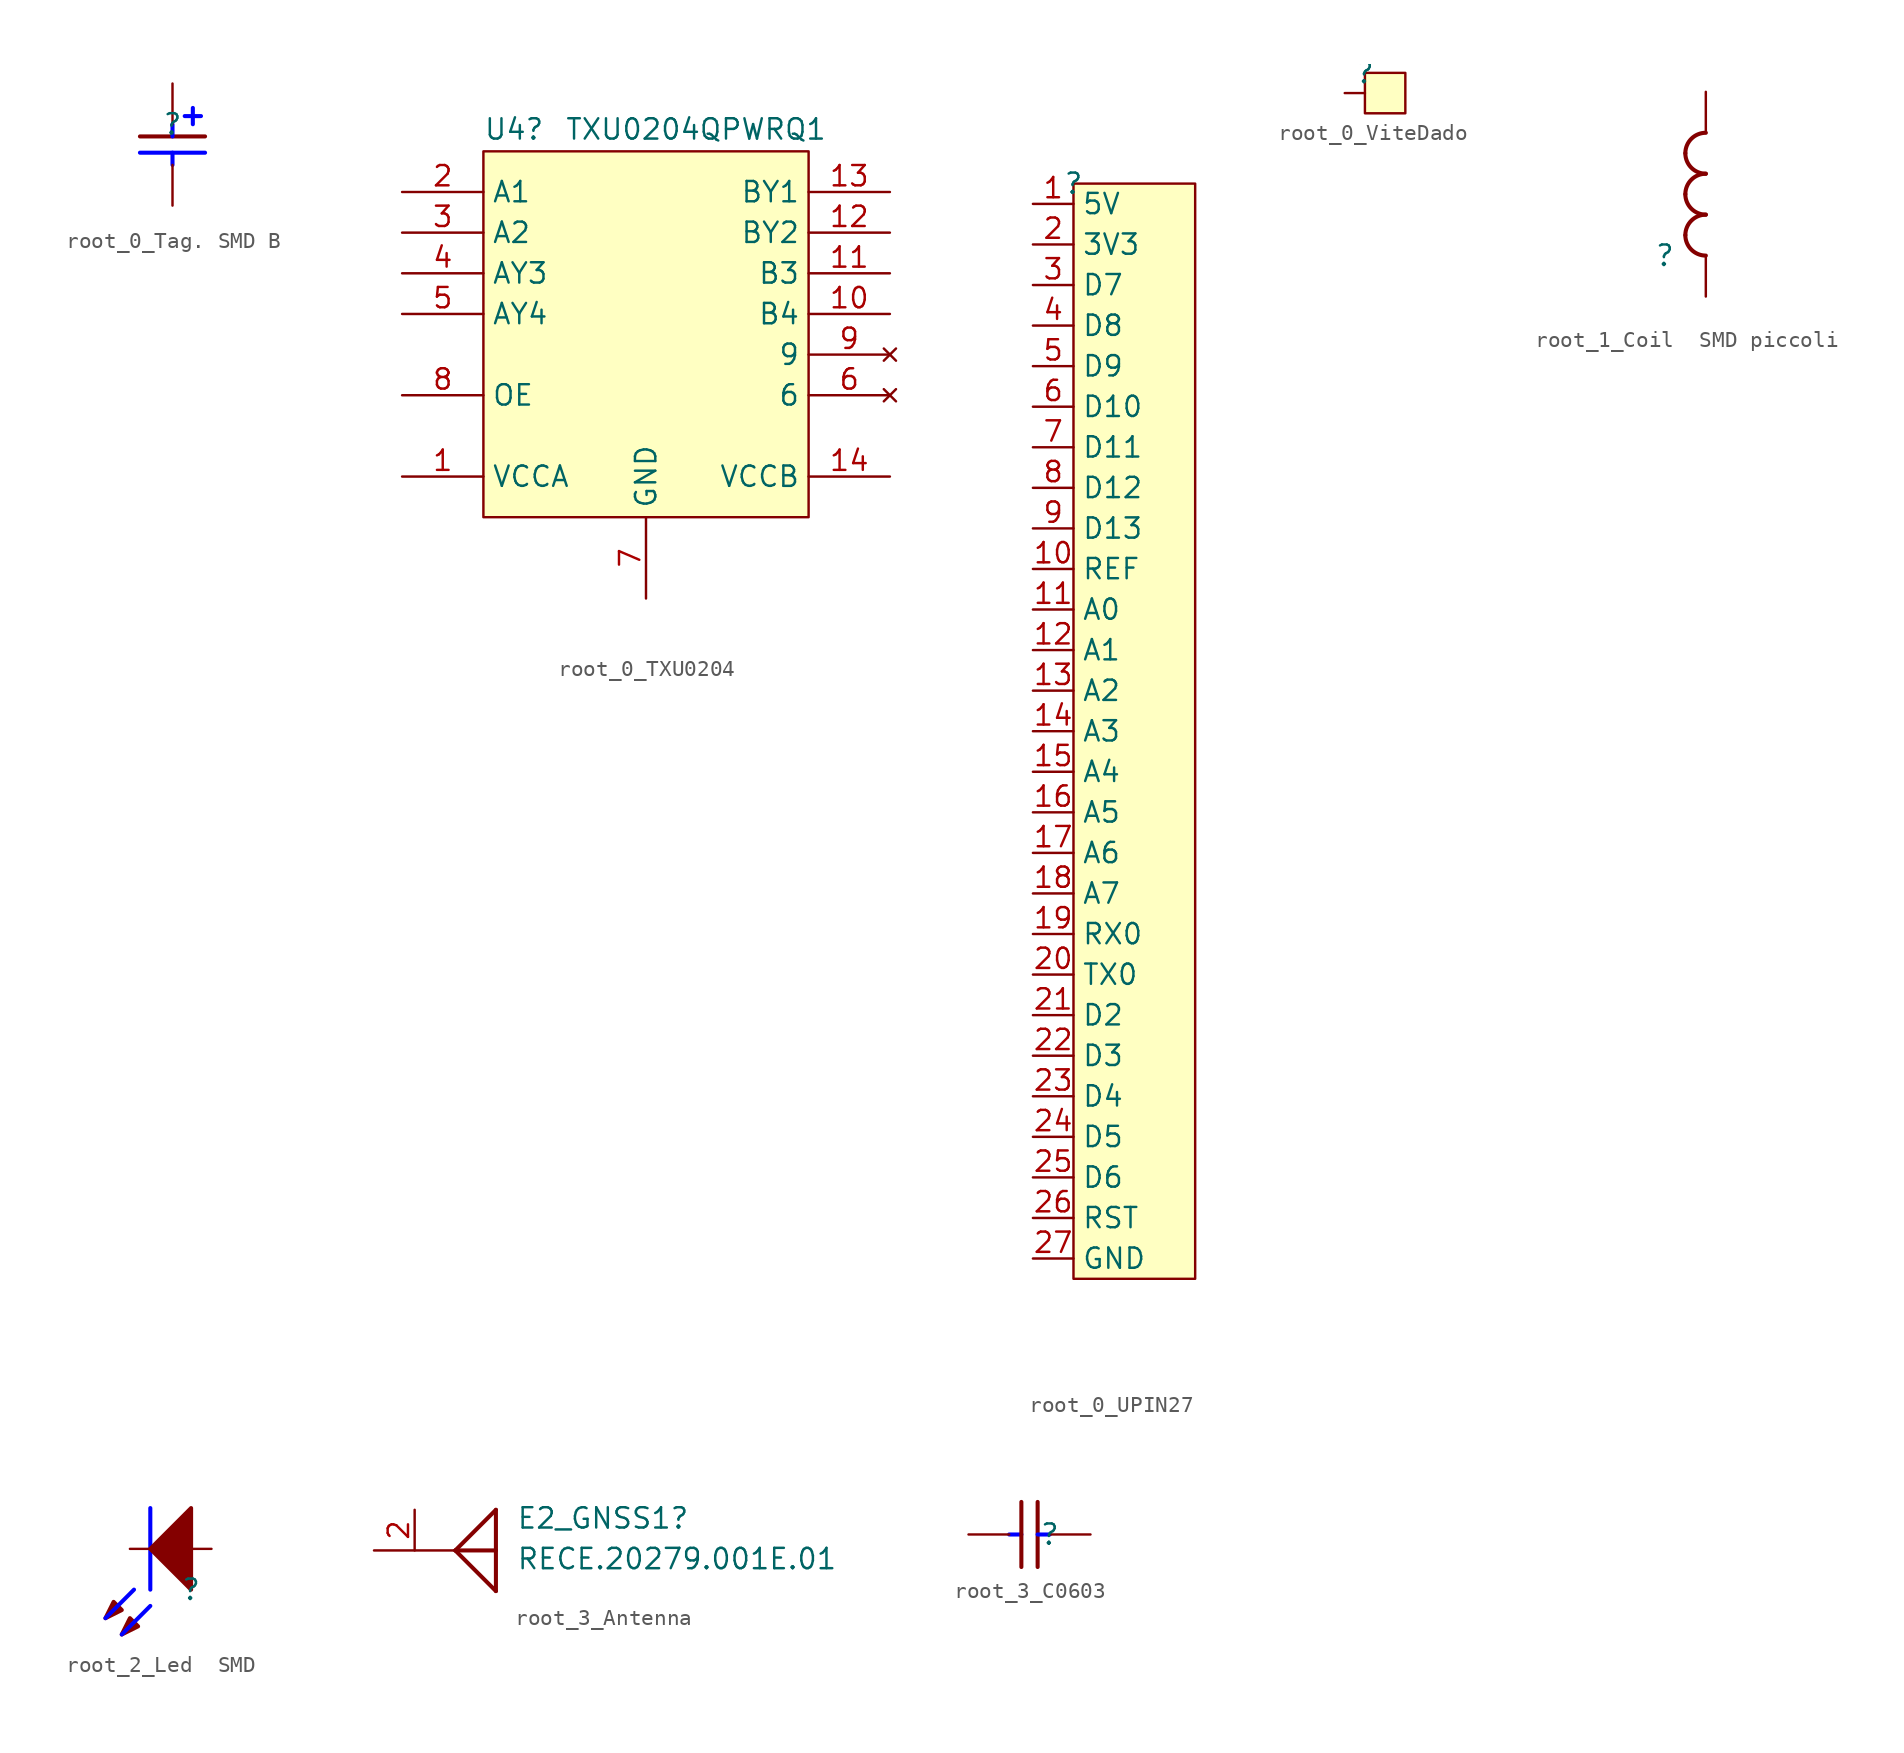
<source format=kicad_sym>
(kicad_symbol_lib
  (version 20220914)
  (generator kicad_symbol_editor)
  (symbol "root_0_Tag. SMD B"
    (property "Reference" ""
      (at 0 0 0)
      (effects (font (size 1.27 1.27))))
    (property "Value" ""
      (at 0 0 0)
      (effects (font (size 1.27 1.27))))
    (symbol "root_0_Tag. SMD B_1_0"
      (polyline (pts (xy -2.032 -1.778) (xy 2.032 -1.778)) (stroke (width 0.254) (type solid) (color 0 0 255 1)) (fill (type none)))
      (polyline (pts (xy -2.032 -0.762) (xy 2.032 -0.762)) (stroke (width 0.254) (type solid)) (fill (type none)))
      (polyline (pts (xy 0 -2.54) (xy 0 -1.778)) (stroke (width 0.254) (type solid) (color 0 0 255 1)) (fill (type none)))
      (polyline (pts (xy 0 0) (xy 0 -0.762)) (stroke (width 0.254) (type solid) (color 0 0 255 1)) (fill (type none)))
      (polyline (pts (xy 0.762 0.508) (xy 1.778 0.508)) (stroke (width 0.254) (type solid) (color 0 0 255 1)) (fill (type none)))
      (polyline (pts (xy 1.27 0) (xy 1.27 1.016)) (stroke (width 0.254) (type solid) (color 0 0 255 1)) (fill (type none)))
      (pin passive line (at 0 2.54 270) (length 2.54) (name "1" (effects (font (size 0 0)))) (number "1" (effects (font (size 0 0)))))
      (pin passive line (at 0 -5.08 90) (length 2.54) (name "2" (effects (font (size 0 0)))) (number "2" (effects (font (size 0 0)))))))
  (symbol "root_0_TXU0204"
    (property "Reference" "U4"
      (at 0 0.635 0)
      (effects (font (size 1.27 1.27)) (justify left bottom)))
    (property "Value" "TXU0204QPWRQ1"
      (at 5.08 0.635 0)
      (effects (font (size 1.27 1.27)) (justify left bottom)))
    (symbol "root_0_TXU0204_1_0"
      (rectangle (start 20.32 0) (end 0 -22.86) (stroke (width 0) (type solid)) (fill (type background)))
      (pin power_in line (at -5.08 -20.32 0) (length 5.08) (name "VCCA" (effects (font (size 1.27 1.27)))) (number "1" (effects (font (size 1.27 1.27)))))
      (pin input line (at 25.4 -10.16 180) (length 5.08) (name "B4" (effects (font (size 1.27 1.27)))) (number "10" (effects (font (size 1.27 1.27)))))
      (pin input line (at 25.4 -7.62 180) (length 5.08) (name "B3" (effects (font (size 1.27 1.27)))) (number "11" (effects (font (size 1.27 1.27)))))
      (pin output line (at 25.4 -5.08 180) (length 5.08) (name "BY2" (effects (font (size 1.27 1.27)))) (number "12" (effects (font (size 1.27 1.27)))))
      (pin output line (at 25.4 -2.54 180) (length 5.08) (name "BY1" (effects (font (size 1.27 1.27)))) (number "13" (effects (font (size 1.27 1.27)))))
      (pin power_in line (at 25.4 -20.32 180) (length 5.08) (name "VCCB" (effects (font (size 1.27 1.27)))) (number "14" (effects (font (size 1.27 1.27)))))
      (pin input line (at -5.08 -2.54 0) (length 5.08) (name "A1" (effects (font (size 1.27 1.27)))) (number "2" (effects (font (size 1.27 1.27)))))
      (pin input line (at -5.08 -5.08 0) (length 5.08) (name "A2" (effects (font (size 1.27 1.27)))) (number "3" (effects (font (size 1.27 1.27)))))
      (pin output line (at -5.08 -7.62 0) (length 5.08) (name "AY3" (effects (font (size 1.27 1.27)))) (number "4" (effects (font (size 1.27 1.27)))))
      (pin output line (at -5.08 -10.16 0) (length 5.08) (name "AY4" (effects (font (size 1.27 1.27)))) (number "5" (effects (font (size 1.27 1.27)))))
      (pin no_connect line (at 25.4 -15.24 180) (length 5.08) (name "6" (effects (font (size 1.27 1.27)))) (number "6" (effects (font (size 1.27 1.27)))))
      (pin power_in line (at 10.16 -27.94 90) (length 5.08) (name "GND" (effects (font (size 1.27 1.27)))) (number "7" (effects (font (size 1.27 1.27)))))
      (pin input line (at -5.08 -15.24 0) (length 5.08) (name "OE" (effects (font (size 1.27 1.27)))) (number "8" (effects (font (size 1.27 1.27)))))
      (pin no_connect line (at 25.4 -12.7 180) (length 5.08) (name "9" (effects (font (size 1.27 1.27)))) (number "9" (effects (font (size 1.27 1.27)))))))
  (symbol "root_0_UPIN27"
    (property "Reference" ""
      (at 0 0 0)
      (effects (font (size 1.27 1.27))))
    (property "Value" ""
      (at 0 0 0)
      (effects (font (size 1.27 1.27))))
    (symbol "root_0_UPIN27_1_0"
      (rectangle (start 7.62 0) (end 0 -68.58) (stroke (width 0) (type solid)) (fill (type background)))
      (pin passive line (at -2.54 -1.27 0) (length 2.54) (name "5V" (effects (font (size 1.27 1.27)))) (number "1" (effects (font (size 1.27 1.27)))))
      (pin passive line (at -2.54 -24.13 0) (length 2.54) (name "REF" (effects (font (size 1.27 1.27)))) (number "10" (effects (font (size 1.27 1.27)))))
      (pin passive line (at -2.54 -26.67 0) (length 2.54) (name "A0" (effects (font (size 1.27 1.27)))) (number "11" (effects (font (size 1.27 1.27)))))
      (pin passive line (at -2.54 -29.21 0) (length 2.54) (name "A1" (effects (font (size 1.27 1.27)))) (number "12" (effects (font (size 1.27 1.27)))))
      (pin passive line (at -2.54 -31.75 0) (length 2.54) (name "A2" (effects (font (size 1.27 1.27)))) (number "13" (effects (font (size 1.27 1.27)))))
      (pin passive line (at -2.54 -34.29 0) (length 2.54) (name "A3" (effects (font (size 1.27 1.27)))) (number "14" (effects (font (size 1.27 1.27)))))
      (pin passive line (at -2.54 -36.83 0) (length 2.54) (name "A4" (effects (font (size 1.27 1.27)))) (number "15" (effects (font (size 1.27 1.27)))))
      (pin passive line (at -2.54 -39.37 0) (length 2.54) (name "A5" (effects (font (size 1.27 1.27)))) (number "16" (effects (font (size 1.27 1.27)))))
      (pin passive line (at -2.54 -41.91 0) (length 2.54) (name "A6" (effects (font (size 1.27 1.27)))) (number "17" (effects (font (size 1.27 1.27)))))
      (pin passive line (at -2.54 -44.45 0) (length 2.54) (name "A7" (effects (font (size 1.27 1.27)))) (number "18" (effects (font (size 1.27 1.27)))))
      (pin passive line (at -2.54 -46.99 0) (length 2.54) (name "RX0" (effects (font (size 1.27 1.27)))) (number "19" (effects (font (size 1.27 1.27)))))
      (pin passive line (at -2.54 -3.81 0) (length 2.54) (name "3V3" (effects (font (size 1.27 1.27)))) (number "2" (effects (font (size 1.27 1.27)))))
      (pin passive line (at -2.54 -49.53 0) (length 2.54) (name "TX0" (effects (font (size 1.27 1.27)))) (number "20" (effects (font (size 1.27 1.27)))))
      (pin passive line (at -2.54 -52.07 0) (length 2.54) (name "D2" (effects (font (size 1.27 1.27)))) (number "21" (effects (font (size 1.27 1.27)))))
      (pin passive line (at -2.54 -54.61 0) (length 2.54) (name "D3" (effects (font (size 1.27 1.27)))) (number "22" (effects (font (size 1.27 1.27)))))
      (pin passive line (at -2.54 -57.15 0) (length 2.54) (name "D4" (effects (font (size 1.27 1.27)))) (number "23" (effects (font (size 1.27 1.27)))))
      (pin passive line (at -2.54 -59.69 0) (length 2.54) (name "D5" (effects (font (size 1.27 1.27)))) (number "24" (effects (font (size 1.27 1.27)))))
      (pin passive line (at -2.54 -62.23 0) (length 2.54) (name "D6" (effects (font (size 1.27 1.27)))) (number "25" (effects (font (size 1.27 1.27)))))
      (pin passive line (at -2.54 -64.77 0) (length 2.54) (name "RST" (effects (font (size 1.27 1.27)))) (number "26" (effects (font (size 1.27 1.27)))))
      (pin passive line (at -2.54 -67.31 0) (length 2.54) (name "GND" (effects (font (size 1.27 1.27)))) (number "27" (effects (font (size 1.27 1.27)))))
      (pin passive line (at -2.54 -6.35 0) (length 2.54) (name "D7" (effects (font (size 1.27 1.27)))) (number "3" (effects (font (size 1.27 1.27)))))
      (pin passive line (at -2.54 -8.89 0) (length 2.54) (name "D8" (effects (font (size 1.27 1.27)))) (number "4" (effects (font (size 1.27 1.27)))))
      (pin passive line (at -2.54 -11.43 0) (length 2.54) (name "D9" (effects (font (size 1.27 1.27)))) (number "5" (effects (font (size 1.27 1.27)))))
      (pin passive line (at -2.54 -13.97 0) (length 2.54) (name "D10" (effects (font (size 1.27 1.27)))) (number "6" (effects (font (size 1.27 1.27)))))
      (pin passive line (at -2.54 -16.51 0) (length 2.54) (name "D11" (effects (font (size 1.27 1.27)))) (number "7" (effects (font (size 1.27 1.27)))))
      (pin passive line (at -2.54 -19.05 0) (length 2.54) (name "D12" (effects (font (size 1.27 1.27)))) (number "8" (effects (font (size 1.27 1.27)))))
      (pin passive line (at -2.54 -21.59 0) (length 2.54) (name "D13" (effects (font (size 1.27 1.27)))) (number "9" (effects (font (size 1.27 1.27)))))))
  (symbol "root_0_ViteDado"
    (property "Reference" ""
      (at 0 0 0)
      (effects (font (size 1.27 1.27))))
    (property "Value" ""
      (at 0 0 0)
      (effects (font (size 1.27 1.27))))
    (symbol "root_0_ViteDado_1_0"
      (rectangle (start 2.54 0) (end 0 -2.54) (stroke (width 0) (type solid)) (fill (type background)))
      (pin passive line (at -1.27 -1.27 0) (length 1.27) (name "A" (effects (font (size 0 0)))) (number "1" (effects (font (size 0 0)))))))
  (symbol "root_1_Coil  SMD piccoli"
    (property "Reference" ""
      (at 0 0 0)
      (effects (font (size 1.27 1.27))))
    (property "Value" ""
      (at 0 0 0)
      (effects (font (size 1.27 1.27))))
    (symbol "root_1_Coil  SMD piccoli_1_0"
      (arc (start 1.27 1.27) (mid 1.642 0.372) (end 2.54 0) (stroke (width 0.254) (type solid)) (fill (type none)))
      (arc (start 1.27 3.81) (mid 1.642 2.912) (end 2.54 2.54) (stroke (width 0.254) (type solid)) (fill (type none)))
      (arc (start 1.27 6.35) (mid 1.642 5.452) (end 2.54 5.08) (stroke (width 0.254) (type solid)) (fill (type none)))
      (arc (start 2.54 2.54) (mid 1.642 2.168) (end 1.27 1.27) (stroke (width 0.254) (type solid)) (fill (type none)))
      (arc (start 2.54 5.08) (mid 1.642 4.708) (end 1.27 3.81) (stroke (width 0.254) (type solid)) (fill (type none)))
      (arc (start 2.54 7.62) (mid 1.642 7.248) (end 1.27 6.35) (stroke (width 0.254) (type solid)) (fill (type none)))
      (pin passive line (at 2.54 -2.54 90) (length 2.54) (name "1" (effects (font (size 0 0)))) (number "1" (effects (font (size 0 0)))))
      (pin passive line (at 2.54 10.16 270) (length 2.54) (name "2" (effects (font (size 0 0)))) (number "2" (effects (font (size 0 0)))))))
  (symbol "root_2_Led  SMD"
    (property "Reference" ""
      (at 0 0 0)
      (effects (font (size 1.27 1.27))))
    (property "Value" ""
      (at 0 0 0)
      (effects (font (size 1.27 1.27))))
    (symbol "root_2_Led  SMD_1_0"
      (polyline (pts (xy -3.556 0) (xy -5.334 -1.778)) (stroke (width 0.254) (type solid) (color 0 0 255 1)) (fill (type none)))
      (polyline (pts (xy -2.54 -1.016) (xy -4.318 -2.794)) (stroke (width 0.254) (type solid) (color 0 0 255 1)) (fill (type none)))
      (polyline (pts (xy -2.54 0) (xy -2.54 5.08)) (stroke (width 0.254) (type solid) (color 0 0 255 1)) (fill (type none)))
      (polyline (pts (xy -5.334 -1.778) (xy -4.318 -1.27) (xy -4.826 -0.762) (xy -5.334 -1.778)) (stroke (width 0.254) (type solid)) (fill (type outline)))
      (polyline (pts (xy -4.318 -2.794) (xy -3.302 -2.286) (xy -3.81 -1.778) (xy -4.318 -2.794)) (stroke (width 0.254) (type solid)) (fill (type outline)))
      (polyline (pts (xy 0 5.08) (xy -2.54 2.54) (xy 0 0) (xy 0 5.08)) (stroke (width 0.254) (type solid)) (fill (type outline)))
      (pin passive line (at -3.81 2.54 0) (length 1.27) (name "K" (effects (font (size 0 0)))) (number "1" (effects (font (size 0 0)))))
      (pin passive line (at 1.27 2.54 180) (length 1.27) (name "A" (effects (font (size 0 0)))) (number "2" (effects (font (size 0 0)))))))
  (symbol "root_3_Antenna"
    (property "Reference" "E2_GNSS1"
      (at 1.27 -1.27 0)
      (effects (font (size 1.27 1.27)) (justify left bottom)))
    (property "Value" "RECE.20279.001E.01"
      (at 1.27 -3.81 0)
      (effects (font (size 1.27 1.27)) (justify left bottom)))
    (symbol "root_3_Antenna_1_0"
      (polyline (pts (xy 0 -5.08) (xy -2.54 -2.54)) (stroke (width 0.254) (type solid)) (fill (type none)))
      (polyline (pts (xy 0 -2.54) (xy -2.54 -2.54)) (stroke (width 0.254) (type solid)) (fill (type none)))
      (polyline (pts (xy 0 0) (xy -2.54 -2.54)) (stroke (width 0.254) (type solid)) (fill (type none)))
      (polyline (pts (xy 0 0) (xy 0 -5.08)) (stroke (width 0.254) (type solid)) (fill (type none)))
      (pin passive line (at -7.62 -2.54 0) (length 5.08) (name "A" (effects (font (size 0 0)))) (number "1" (effects (font (size 0 0)))))
      (pin power_in line (at -5.08 0 270) (length 2.54) (name "" (effects (font (size 1.27 1.27)))) (number "2" (effects (font (size 1.27 1.27)))))))
  (symbol "root_3_C0603"
    (property "Reference" ""
      (at 0 0 0)
      (effects (font (size 1.27 1.27))))
    (property "Value" ""
      (at 0 0 0)
      (effects (font (size 1.27 1.27))))
    (symbol "root_3_C0603_1_0"
      (polyline (pts (xy -2.54 0) (xy -1.778 0)) (stroke (width 0.254) (type solid) (color 0 0 255 1)) (fill (type none)))
      (polyline (pts (xy -1.778 -2.032) (xy -1.778 2.032)) (stroke (width 0.254) (type solid)) (fill (type none)))
      (polyline (pts (xy -0.762 2.032) (xy -0.762 -2.032)) (stroke (width 0.254) (type solid)) (fill (type none)))
      (polyline (pts (xy 0 0) (xy -0.762 0)) (stroke (width 0.254) (type solid) (color 0 0 255 1)) (fill (type none)))
      (pin passive line (at 2.54 0 180) (length 2.54) (name "1" (effects (font (size 0 0)))) (number "1" (effects (font (size 0 0)))))
      (pin passive line (at -5.08 0 0) (length 2.54) (name "2" (effects (font (size 0 0)))) (number "2" (effects (font (size 0 0))))))))
</source>
